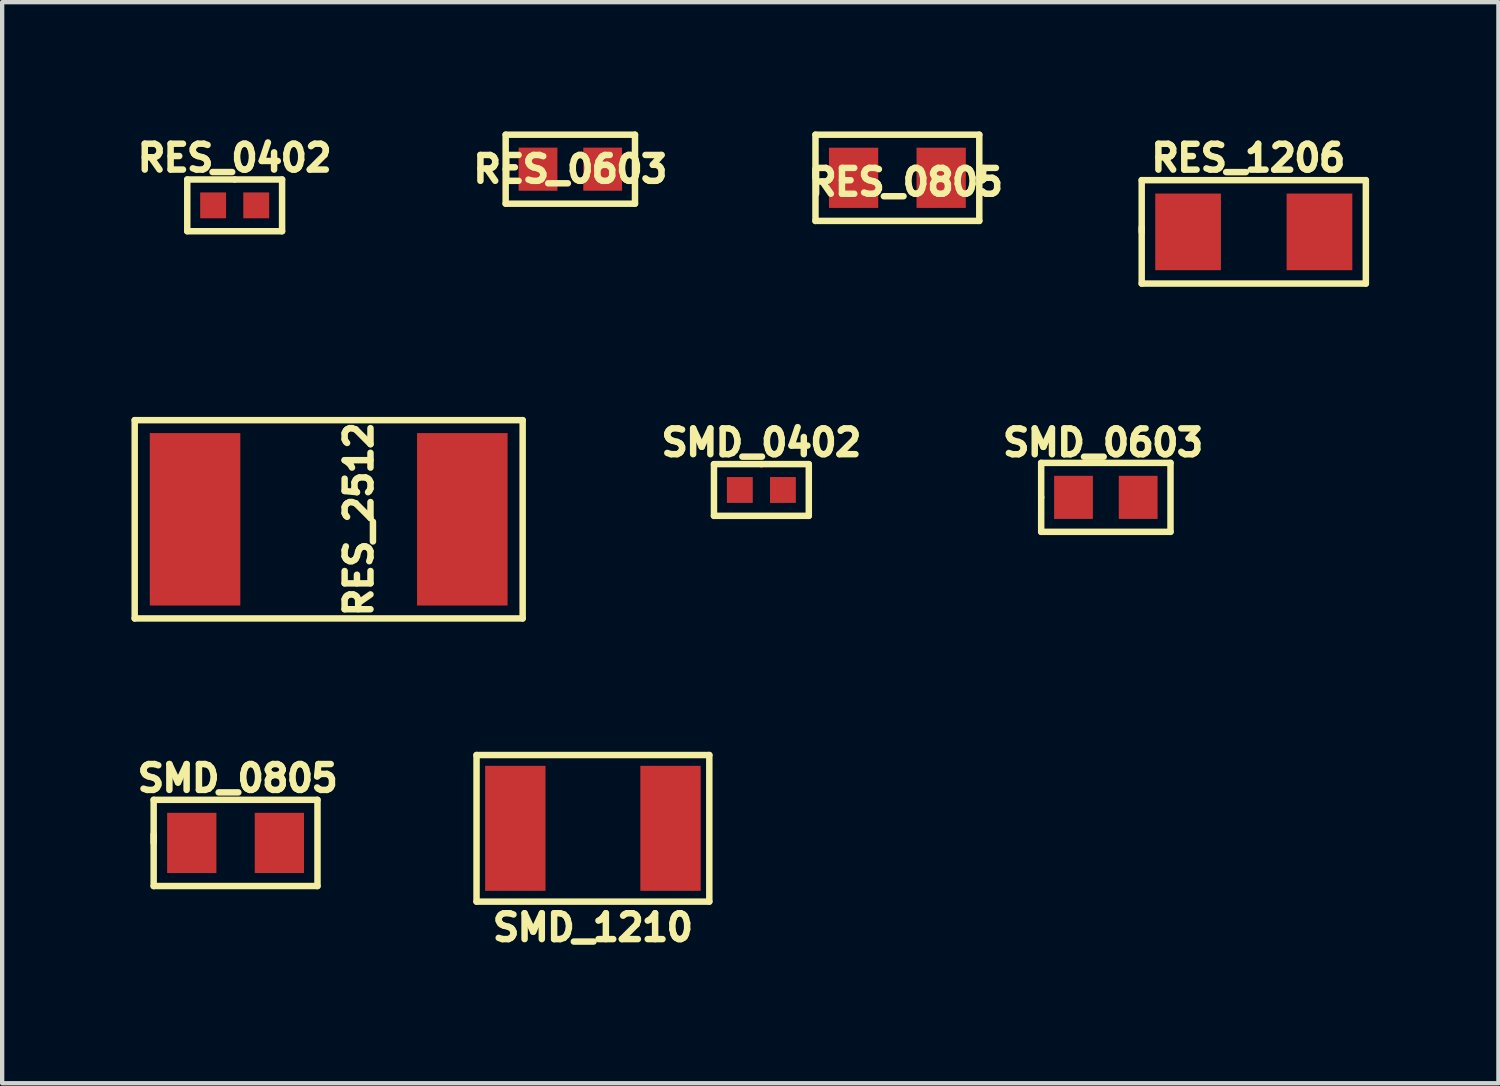
<source format=kicad_pcb>
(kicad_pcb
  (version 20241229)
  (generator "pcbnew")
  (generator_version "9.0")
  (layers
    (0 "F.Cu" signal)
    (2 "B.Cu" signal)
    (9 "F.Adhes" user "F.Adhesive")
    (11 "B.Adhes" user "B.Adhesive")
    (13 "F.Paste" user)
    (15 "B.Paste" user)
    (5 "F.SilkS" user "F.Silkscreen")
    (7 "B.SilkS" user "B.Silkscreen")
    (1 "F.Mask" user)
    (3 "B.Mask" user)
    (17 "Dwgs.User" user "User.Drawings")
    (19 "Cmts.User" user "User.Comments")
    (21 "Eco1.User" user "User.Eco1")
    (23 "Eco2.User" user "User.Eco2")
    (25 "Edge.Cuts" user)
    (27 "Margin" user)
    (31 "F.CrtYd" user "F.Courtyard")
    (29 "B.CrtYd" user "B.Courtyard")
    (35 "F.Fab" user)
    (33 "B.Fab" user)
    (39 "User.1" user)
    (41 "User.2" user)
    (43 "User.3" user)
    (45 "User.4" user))
  (footprint "SMD_1210"
    (layer "F.Cu")
    (at 10.705 16.166)
    (property "Reference" "SMD_1210" (at 0 2.3 0) (layer "F.SilkS") (effects (font (size 0.6 0.6) (thickness 0.15))))
    (attr through_hole)
    (fp_line (start -2.7 -1.7) (end 2.7 -1.7) (stroke (width 0.15) (type solid)) (layer "F.SilkS"))
    (fp_line (start -2.7 1.7) (end -2.7 -1.7) (stroke (width 0.15) (type solid)) (layer "F.SilkS"))
    (fp_line (start 2.7 -1.7) (end 2.7 1.7) (stroke (width 0.15) (type solid)) (layer "F.SilkS"))
    (fp_line (start 2.7 1.7) (end -2.7 1.7) (stroke (width 0.15) (type solid)) (layer "F.SilkS"))
    (pad "1" smd rect (at -1.8 0 180) (size 1.4 2.9) (layers "F.Cu" "F.Mask" "F.Paste"))
    (pad "2" smd rect (at 1.8 0 180) (size 1.4 2.9) (layers "F.Cu" "F.Mask" "F.Paste")))
  (footprint "RES_1206"
    (layer "F.Cu")
    (at 26.036 2.329)
    (property "Reference" "RES_1206" (at -0.127 -1.714 0) (layer "F.SilkS") (effects (font (size 0.6 0.6) (thickness 0.15))))
    (attr smd)
    (fp_line (start -2.6 -1.2) (end 2.6 -1.2) (stroke (width 0.15) (type solid)) (layer "F.SilkS"))
    (fp_line (start -2.6 0) (end -2.6 -1.2) (stroke (width 0.15) (type solid)) (layer "F.SilkS"))
    (fp_line (start -2.6 1.2) (end -2.6 -0.1) (stroke (width 0.15) (type solid)) (layer "F.SilkS"))
    (fp_line (start 2.6 -1.2) (end 2.6 1.2) (stroke (width 0.15) (type solid)) (layer "F.SilkS"))
    (fp_line (start 2.6 1.2) (end -2.6 1.2) (stroke (width 0.15) (type solid)) (layer "F.SilkS"))
    (pad "1" smd rect (at -1.524 0) (size 1.524 1.778) (layers "F.Cu" "F.Mask" "F.Paste"))
    (pad "2" smd rect (at 1.524 0) (size 1.524 1.778) (layers "F.Cu" "F.Mask" "F.Paste")))
  (footprint "SMD_0402"
    (layer "F.Cu")
    (at 14.613 8.317)
    (property "Reference" "SMD_0402" (at 0 -1.1 0) (layer "F.SilkS") (effects (font (size 0.599 0.599) (thickness 0.15))))
    (attr smd)
    (fp_line (start -1.1 -0.6) (end 0 -0.6) (stroke (width 0.15) (type solid)) (layer "F.SilkS"))
    (fp_line (start -1.1 0.6) (end -1.1 -0.6) (stroke (width 0.15) (type solid)) (layer "F.SilkS"))
    (fp_line (start 0 -0.6) (end 1.1 -0.6) (stroke (width 0.15) (type solid)) (layer "F.SilkS"))
    (fp_line (start 1.1 -0.6) (end 1.1 0.6) (stroke (width 0.15) (type solid)) (layer "F.SilkS"))
    (fp_line (start 1.1 0.6) (end -1.1 0.6) (stroke (width 0.15) (type solid)) (layer "F.SilkS"))
    (pad "1" smd rect (at -0.5 0) (size 0.6 0.6) (layers "F.Cu" "F.Mask" "F.Paste"))
    (pad "2" smd rect (at 0.5 0) (size 0.6 0.6) (layers "F.Cu" "F.Mask" "F.Paste")))
  (footprint "RES_0805"
    (layer "F.Cu")
    (at 17.768 1.075)
    (property "Reference" "RES_0805" (at 0.2 0.1 0) (layer "F.SilkS") (effects (font (size 0.6 0.6) (thickness 0.15))))
    (attr smd)
    (fp_line (start -1.9 -1) (end 1.9 -1) (stroke (width 0.15) (type solid)) (layer "F.SilkS"))
    (fp_line (start -1.9 0) (end -1.9 -1) (stroke (width 0.15) (type solid)) (layer "F.SilkS"))
    (fp_line (start -1.9 1) (end -1.9 -0.2) (stroke (width 0.15) (type solid)) (layer "F.SilkS"))
    (fp_line (start 1.9 -1) (end 1.9 1) (stroke (width 0.15) (type solid)) (layer "F.SilkS"))
    (fp_line (start 1.9 1) (end -1.9 1) (stroke (width 0.15) (type solid)) (layer "F.SilkS"))
    (pad "1" smd rect (at -1.016 0) (size 1.143 1.397) (layers "F.Cu" "F.Mask" "F.Paste"))
    (pad "2" smd rect (at 1.016 0) (size 1.143 1.397) (layers "F.Cu" "F.Mask" "F.Paste")))
  (footprint "SMD_0603"
    (layer "F.Cu")
    (at 22.604 8.488)
    (property "Reference" "SMD_0603" (at -0.064 -1.27 0) (layer "F.SilkS") (effects (font (size 0.6 0.6) (thickness 0.15))))
    (attr smd)
    (fp_line (start -1.5 -0.8) (end 1.5 -0.8) (stroke (width 0.15) (type solid)) (layer "F.SilkS"))
    (fp_line (start -1.5 0) (end -1.5 -0.8) (stroke (width 0.15) (type solid)) (layer "F.SilkS"))
    (fp_line (start -1.5 0.8) (end -1.5 0) (stroke (width 0.15) (type solid)) (layer "F.SilkS"))
    (fp_line (start 1.5 -0.8) (end 1.5 0.8) (stroke (width 0.15) (type solid)) (layer "F.SilkS"))
    (fp_line (start 1.5 0.8) (end -1.5 0.8) (stroke (width 0.15) (type solid)) (layer "F.SilkS"))
    (pad "1" smd rect (at -0.75 0) (size 0.9 1) (layers "F.Cu" "F.Mask" "F.Paste"))
    (pad "2" smd rect (at 0.75 0) (size 0.9 1) (layers "F.Cu" "F.Mask" "F.Paste")))
  (footprint "RES_2512"
    (layer "F.Cu")
    (at 4.575 8.997)
    (property "Reference" "RES_2512" (at 0.7 0 90) (layer "F.SilkS") (effects (font (size 0.6 0.6) (thickness 0.15))))
    (attr through_hole)
    (fp_line (start -4.5 -2.3) (end 4.5 -2.3) (stroke (width 0.15) (type solid)) (layer "F.SilkS"))
    (fp_line (start -4.5 2.3) (end -4.5 -2.3) (stroke (width 0.15) (type solid)) (layer "F.SilkS"))
    (fp_line (start 4.5 -2.3) (end 4.5 2.3) (stroke (width 0.15) (type solid)) (layer "F.SilkS"))
    (fp_line (start 4.5 2.3) (end -4.5 2.3) (stroke (width 0.15) (type solid)) (layer "F.SilkS"))
    (pad "1" smd rect (at -3.1 0 180) (size 2.1 4) (layers "F.Cu" "F.Mask" "F.Paste"))
    (pad "2" smd rect (at 3.1 0 180) (size 2.1 4) (layers "F.Cu" "F.Mask" "F.Paste")))
  (footprint "RES_0603"
    (layer "F.Cu")
    (at 10.181 0.875)
    (property "Reference" "RES_0603" (at 0 0 0) (layer "F.SilkS") (effects (font (size 0.6 0.6) (thickness 0.15))))
    (attr smd)
    (fp_line (start -1.5 -0.8) (end 1.5 -0.8) (stroke (width 0.15) (type solid)) (layer "F.SilkS"))
    (fp_line (start -1.5 0) (end -1.5 -0.8) (stroke (width 0.15) (type solid)) (layer "F.SilkS"))
    (fp_line (start -1.5 0.8) (end -1.5 0) (stroke (width 0.15) (type solid)) (layer "F.SilkS"))
    (fp_line (start 1.5 -0.8) (end 1.5 0.8) (stroke (width 0.15) (type solid)) (layer "F.SilkS"))
    (fp_line (start 1.5 0.8) (end -1.5 0.8) (stroke (width 0.15) (type solid)) (layer "F.SilkS"))
    (pad "1" smd rect (at -0.75 0) (size 0.9 1) (layers "F.Cu" "F.Mask"))
    (pad "2" smd rect (at 0.75 0) (size 0.9 1) (layers "F.Cu" "F.Mask")))
  (footprint "SMD_0805"
    (layer "F.Cu")
    (at 2.415 16.505)
    (property "Reference" "SMD_0805" (at 0.05 -1.5 0) (layer "F.SilkS") (effects (font (size 0.6 0.6) (thickness 0.15))))
    (attr smd)
    (fp_line (start -1.9 -1) (end 1.9 -1) (stroke (width 0.15) (type solid)) (layer "F.SilkS"))
    (fp_line (start -1.9 0) (end -1.9 -1) (stroke (width 0.15) (type solid)) (layer "F.SilkS"))
    (fp_line (start -1.9 1) (end -1.9 -0.2) (stroke (width 0.15) (type solid)) (layer "F.SilkS"))
    (fp_line (start 1.9 -1) (end 1.9 1) (stroke (width 0.15) (type solid)) (layer "F.SilkS"))
    (fp_line (start 1.9 1) (end -1.9 1) (stroke (width 0.15) (type solid)) (layer "F.SilkS"))
    (pad "1" smd rect (at -1.016 0) (size 1.143 1.397) (layers "F.Cu" "F.Mask" "F.Paste"))
    (pad "2" smd rect (at 1.016 0) (size 1.143 1.397) (layers "F.Cu" "F.Mask" "F.Paste")))
  (footprint "RES_0402"
    (layer "F.Cu")
    (at 2.394 1.714)
    (property "Reference" "RES_0402" (at 0 -1.1 0) (layer "F.SilkS") (effects (font (size 0.6 0.6) (thickness 0.15))))
    (attr smd)
    (fp_line (start -1.1 -0.6) (end 0 -0.6) (stroke (width 0.15) (type solid)) (layer "F.SilkS"))
    (fp_line (start -1.1 0.6) (end -1.1 -0.6) (stroke (width 0.15) (type solid)) (layer "F.SilkS"))
    (fp_line (start 0 -0.6) (end 1.1 -0.6) (stroke (width 0.15) (type solid)) (layer "F.SilkS"))
    (fp_line (start 1.1 -0.6) (end 1.1 0.6) (stroke (width 0.15) (type solid)) (layer "F.SilkS"))
    (fp_line (start 1.1 0.6) (end -1.1 0.6) (stroke (width 0.15) (type solid)) (layer "F.SilkS"))
    (pad "1" smd rect (at -0.5 0) (size 0.6 0.6) (layers "F.Cu" "F.Mask" "F.Paste"))
    (pad "2" smd rect (at 0.5 0) (size 0.6 0.6) (layers "F.Cu" "F.Mask" "F.Paste")))
  (gr_rect
    (start -3 -3)
    (end 31.711 22.08)
    (stroke (width 0.1) (type default))
    (fill no)
    (layer "Edge.Cuts")))
</source>
